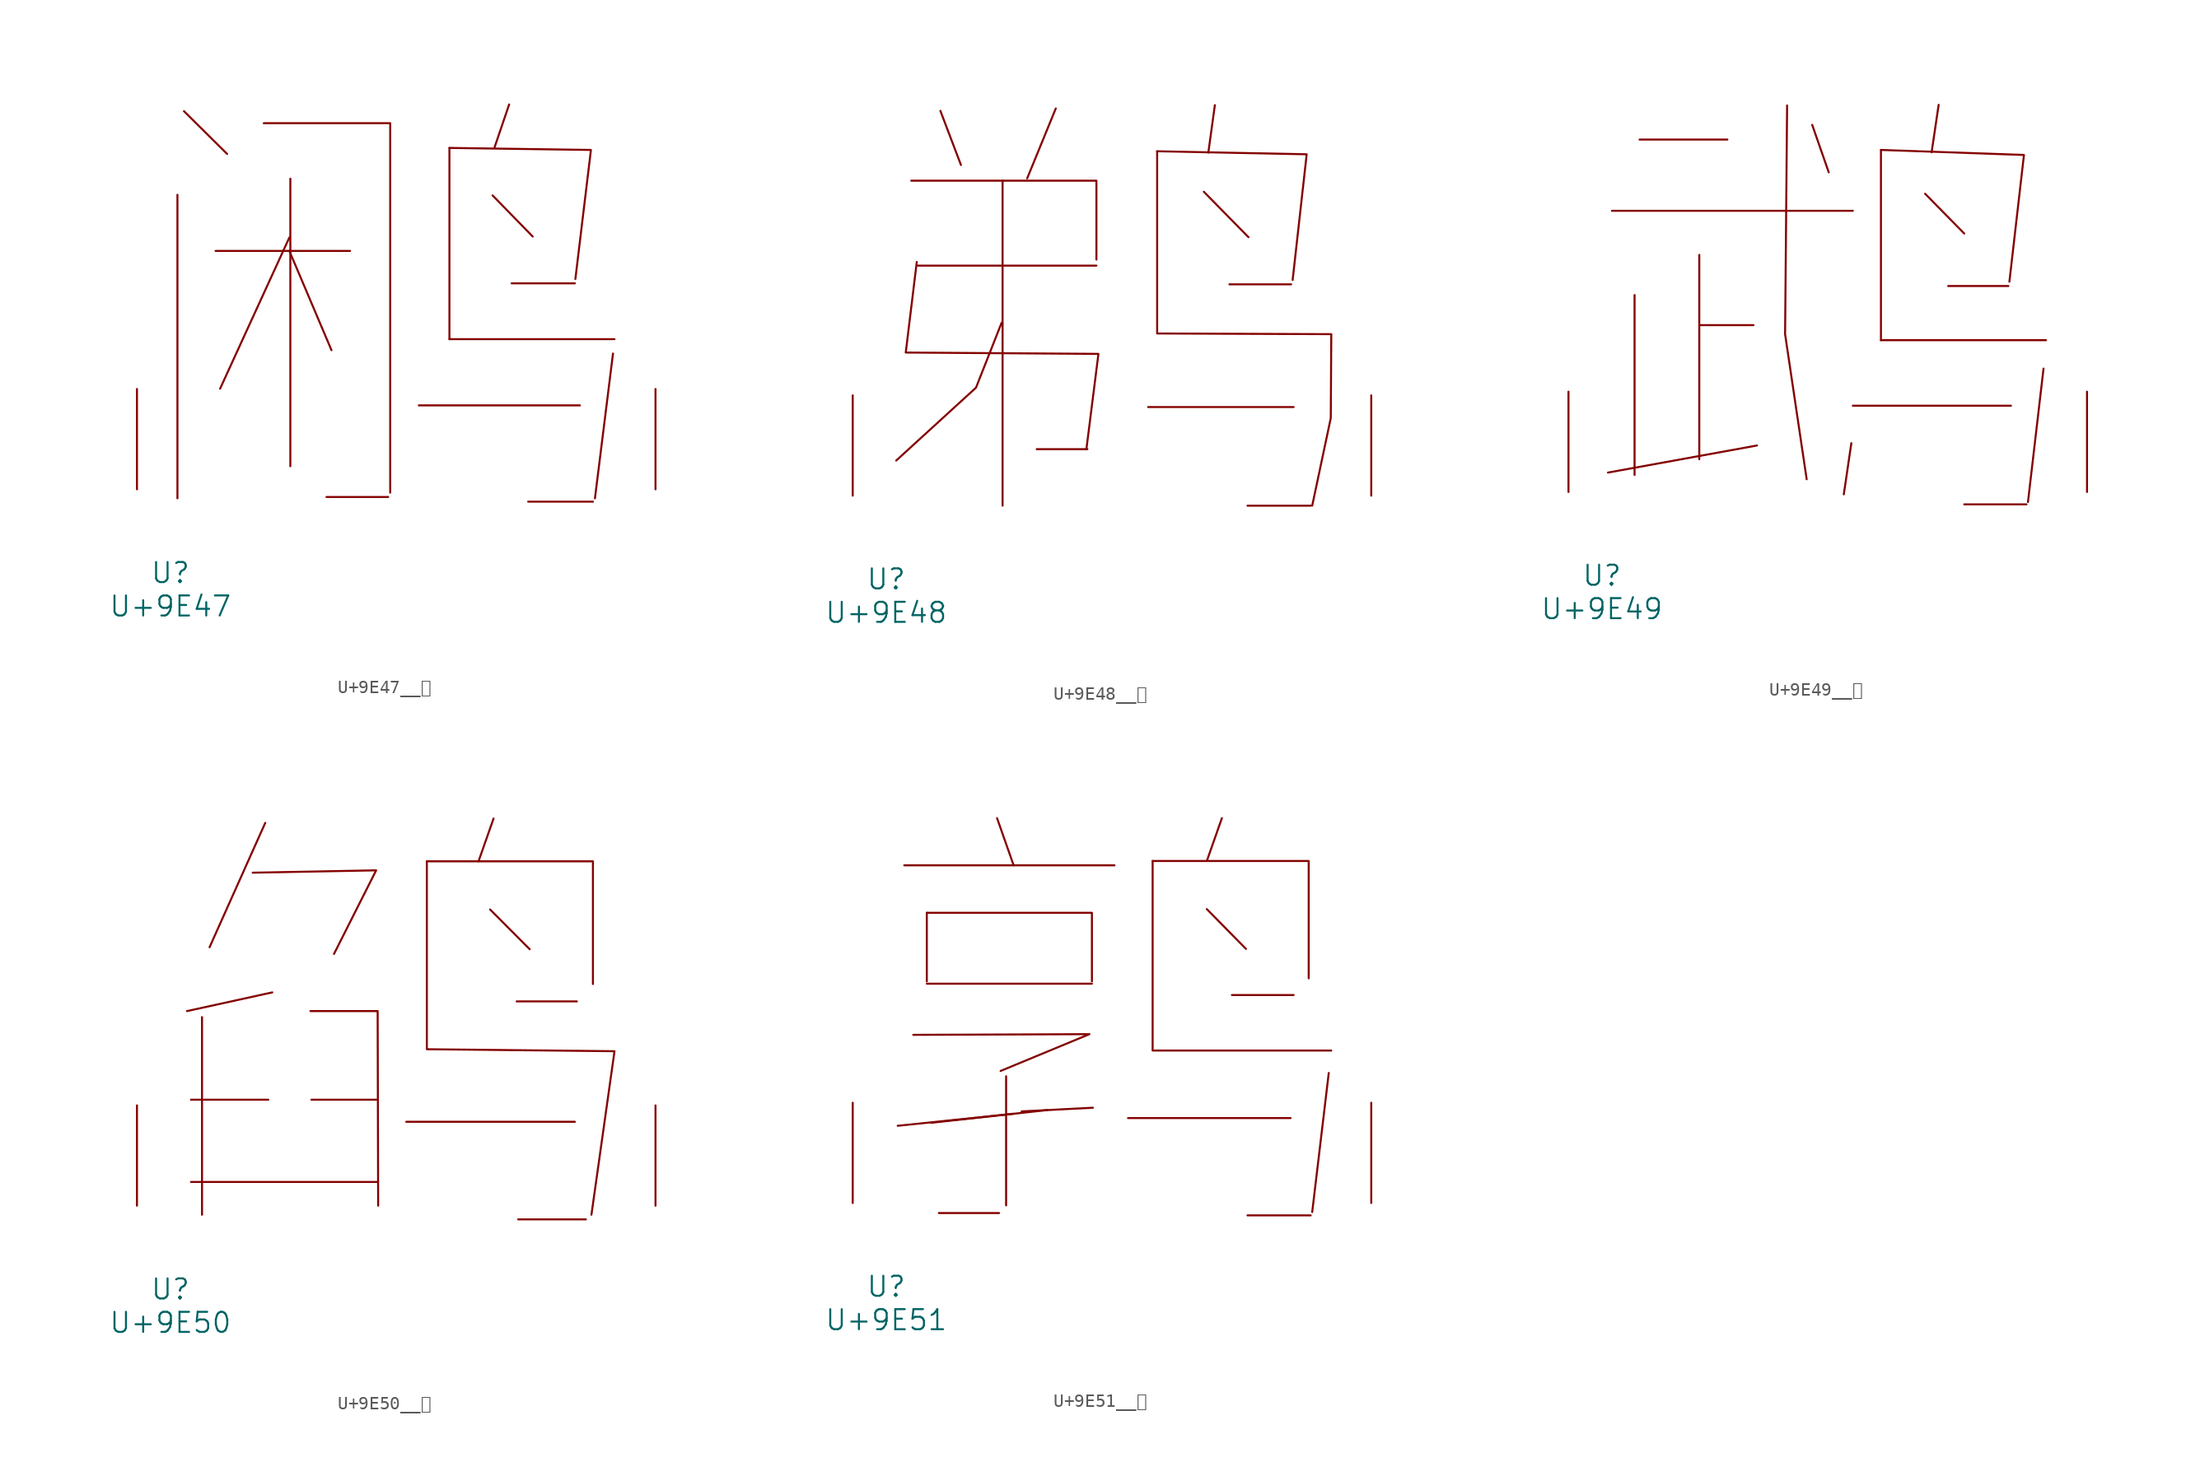
<source format=kicad_sym>
(kicad_symbol_lib
  (version 20231120)
  (generator "kicad_symbol_editor")
  (generator_version "8.0")
  (symbol "U+9E47__鹇"
    (pin_names
      (offset 1.016))
    (property "Reference" "U"
      (at 0 -6.35 0)
      (effects (font (size 1.524 1.524))))
    (property "Value" "U+9E47"
      (at 0 -8.89 0)
      (effects (font (size 1.524 1.524))))
    (symbol "U+9E47__鹇_0_1"
      (polyline (pts (xy 0.533 22.377) (xy 0.533 -0.686)) (stroke (width 0) (type solid)) (fill (type none)))
      (polyline (pts (xy 1.029 28.727) (xy 4.305 25.476)) (stroke (width 0) (type solid)) (fill (type none)))
      (polyline (pts (xy 3.429 18.11) (xy 13.64 18.11)) (stroke (width 0) (type solid)) (fill (type none)))
      (polyline (pts (xy 9.03 18.11) (xy 12.23 10.566)) (stroke (width 0) (type solid)) (fill (type none)))
      (polyline (pts (xy 9.03 19.126) (xy 3.772 7.645)) (stroke (width 0) (type solid)) (fill (type none)))
      (polyline (pts (xy 9.106 23.597) (xy 9.106 1.753)) (stroke (width 0) (type solid)) (fill (type none)))
      (polyline (pts (xy 11.849 -0.584) (xy 16.535 -0.584)) (stroke (width 0) (type solid)) (fill (type none)))
      (polyline (pts (xy 18.86 6.375) (xy 31.09 6.375)) (stroke (width 0) (type solid)) (fill (type none)))
      (polyline (pts (xy 21.184 11.405) (xy 33.718 11.405)) (stroke (width 0) (type solid)) (fill (type none)))
      (polyline (pts (xy 21.184 25.933) (xy 21.184 11.405)) (stroke (width 0) (type solid)) (fill (type none)))
      (polyline (pts (xy 24.46 22.327) (xy 27.508 19.202)) (stroke (width 0) (type solid)) (fill (type none)))
      (polyline (pts (xy 25.718 29.235) (xy 24.613 25.984)) (stroke (width 0) (type solid)) (fill (type none)))
      (polyline (pts (xy 25.908 15.646) (xy 30.709 15.646)) (stroke (width 0) (type solid)) (fill (type none)))
      (polyline (pts (xy 27.165 -0.94) (xy 32.08 -0.94)) (stroke (width 0) (type solid)) (fill (type none)))
      (polyline (pts (xy 33.604 10.312) (xy 32.233 -0.686)) (stroke (width 0) (type solid)) (fill (type none)))
      (polyline (pts (xy 7.087 27.813) (xy 16.688 27.813) (xy 16.688 -0.254)) (stroke (width 0) (type solid)) (fill (type none)))
      (polyline (pts (xy 21.184 25.933) (xy 31.928 25.781) (xy 30.747 15.977)) (stroke (width 0) (type solid)) (fill (type none)))
      (pin input line (at -2.54 0 90) (length 7.62) (name "~" (effects (font (size 1.27 1.27)))) (number "~" (effects (font (size 1.27 1.27)))))
      (pin input line (at 36.83 0 90) (length 7.62) (name "~" (effects (font (size 1.27 1.27)))) (number "~" (effects (font (size 1.27 1.27)))))))
  (symbol "U+9E48__鹈"
    (pin_names
      (offset 1.016))
    (property "Reference" "U"
      (at 0 -6.35 0)
      (effects (font (size 1.524 1.524))))
    (property "Value" "U+9E48"
      (at 0 -8.89 0)
      (effects (font (size 1.524 1.524))))
    (symbol "U+9E48__鹈_0_1"
      (polyline (pts (xy 2.4 17.475) (xy 15.964 17.475)) (stroke (width 0) (type solid)) (fill (type none)))
      (polyline (pts (xy 4.115 29.235) (xy 5.677 25.121)) (stroke (width 0) (type solid)) (fill (type none)))
      (polyline (pts (xy 8.839 23.927) (xy 8.839 -0.762)) (stroke (width 0) (type solid)) (fill (type none)))
      (polyline (pts (xy 11.43 3.531) (xy 15.278 3.531)) (stroke (width 0) (type solid)) (fill (type none)))
      (polyline (pts (xy 12.878 29.413) (xy 10.706 24.105)) (stroke (width 0) (type solid)) (fill (type none)))
      (polyline (pts (xy 19.888 6.731) (xy 30.937 6.731)) (stroke (width 0) (type solid)) (fill (type none)))
      (polyline (pts (xy 24.117 23.089) (xy 27.508 19.634)) (stroke (width 0) (type solid)) (fill (type none)))
      (polyline (pts (xy 24.956 29.667) (xy 24.46 26.06)) (stroke (width 0) (type solid)) (fill (type none)))
      (polyline (pts (xy 26.06 16.053) (xy 30.747 16.053)) (stroke (width 0) (type solid)) (fill (type none)))
      (polyline (pts (xy 27.432 -0.762) (xy 32.233 -0.762)) (stroke (width 0) (type solid)) (fill (type none)))
      (polyline (pts (xy 1.905 23.927) (xy 15.964 23.927) (xy 15.964 17.932)) (stroke (width 0) (type solid)) (fill (type none)))
      (polyline (pts (xy 8.763 13.132) (xy 6.82 8.204) (xy 0.762 2.667)) (stroke (width 0) (type solid)) (fill (type none)))
      (polyline (pts (xy 20.574 26.162) (xy 31.928 25.933) (xy 30.861 16.383)) (stroke (width 0) (type solid)) (fill (type none)))
      (polyline (pts (xy 2.324 17.755) (xy 1.486 10.871) (xy 16.116 10.77) (xy 15.202 3.531)) (stroke (width 0) (type solid)) (fill (type none)))
      (polyline (pts (xy 20.574 26.162) (xy 20.574 12.319) (xy 33.795 12.268) (xy 33.757 5.893) (xy 32.347 -0.762)) (stroke (width 0) (type solid)) (fill (type none)))
      (pin input line (at -2.54 0 90) (length 7.62) (name "~" (effects (font (size 1.27 1.27)))) (number "~" (effects (font (size 1.27 1.27)))))
      (pin input line (at 36.83 0 90) (length 7.62) (name "~" (effects (font (size 1.27 1.27)))) (number "~" (effects (font (size 1.27 1.27)))))))
  (symbol "U+9E49__鹉"
    (pin_names
      (offset 1.016))
    (property "Reference" "U"
      (at 0 -6.35 0)
      (effects (font (size 1.524 1.524))))
    (property "Value" "U+9E49"
      (at 0 -8.89 0)
      (effects (font (size 1.524 1.524))))
    (symbol "U+9E49__鹉_0_1"
      (polyline (pts (xy 0.762 21.361) (xy 19.05 21.361)) (stroke (width 0) (type solid)) (fill (type none)))
      (polyline (pts (xy 2.477 14.961) (xy 2.477 1.295)) (stroke (width 0) (type solid)) (fill (type none)))
      (polyline (pts (xy 2.857 26.772) (xy 9.525 26.772)) (stroke (width 0) (type solid)) (fill (type none)))
      (polyline (pts (xy 7.391 12.675) (xy 11.506 12.675)) (stroke (width 0) (type solid)) (fill (type none)))
      (polyline (pts (xy 7.391 18.009) (xy 7.391 2.489)) (stroke (width 0) (type solid)) (fill (type none)))
      (polyline (pts (xy 11.773 3.531) (xy 0.457 1.473)) (stroke (width 0) (type solid)) (fill (type none)))
      (polyline (pts (xy 15.964 27.889) (xy 17.221 24.282)) (stroke (width 0) (type solid)) (fill (type none)))
      (polyline (pts (xy 18.936 3.708) (xy 18.364 -0.178)) (stroke (width 0) (type solid)) (fill (type none)))
      (polyline (pts (xy 19.05 6.553) (xy 31.052 6.553)) (stroke (width 0) (type solid)) (fill (type none)))
      (polyline (pts (xy 21.184 11.532) (xy 33.718 11.532)) (stroke (width 0) (type solid)) (fill (type none)))
      (polyline (pts (xy 21.184 25.984) (xy 21.184 11.532)) (stroke (width 0) (type solid)) (fill (type none)))
      (polyline (pts (xy 24.536 22.657) (xy 27.508 19.634)) (stroke (width 0) (type solid)) (fill (type none)))
      (polyline (pts (xy 25.565 29.413) (xy 25.032 25.806)) (stroke (width 0) (type solid)) (fill (type none)))
      (polyline (pts (xy 26.289 15.646) (xy 30.861 15.646)) (stroke (width 0) (type solid)) (fill (type none)))
      (polyline (pts (xy 27.508 -0.94) (xy 32.233 -0.94)) (stroke (width 0) (type solid)) (fill (type none)))
      (polyline (pts (xy 33.528 9.373) (xy 32.347 -0.762)) (stroke (width 0) (type solid)) (fill (type none)))
      (polyline (pts (xy 14.059 29.362) (xy 13.906 11.989) (xy 15.545 0.965)) (stroke (width 0) (type solid)) (fill (type none)))
      (polyline (pts (xy 21.184 25.984) (xy 32.042 25.603) (xy 30.937 15.977)) (stroke (width 0) (type solid)) (fill (type none)))
      (pin input line (at -2.54 0 90) (length 7.62) (name "~" (effects (font (size 1.27 1.27)))) (number "~" (effects (font (size 1.27 1.27)))))
      (pin input line (at 36.83 0 90) (length 7.62) (name "~" (effects (font (size 1.27 1.27)))) (number "~" (effects (font (size 1.27 1.27)))))))
  (symbol "U+9E50__鹐"
    (pin_names
      (offset 1.016))
    (property "Reference" "U"
      (at 0 -6.35 0)
      (effects (font (size 1.524 1.524))))
    (property "Value" "U+9E50"
      (at 0 -8.89 0)
      (effects (font (size 1.524 1.524))))
    (symbol "U+9E50__鹐_0_1"
      (polyline (pts (xy 1.562 1.803) (xy 15.697 1.803)) (stroke (width 0) (type solid)) (fill (type none)))
      (polyline (pts (xy 1.562 8.052) (xy 7.429 8.052)) (stroke (width 0) (type solid)) (fill (type none)))
      (polyline (pts (xy 2.4 14.326) (xy 2.4 -0.686)) (stroke (width 0) (type solid)) (fill (type none)))
      (polyline (pts (xy 7.201 29.083) (xy 2.972 19.634)) (stroke (width 0) (type solid)) (fill (type none)))
      (polyline (pts (xy 7.734 16.205) (xy 1.257 14.783)) (stroke (width 0) (type solid)) (fill (type none)))
      (polyline (pts (xy 10.706 8.052) (xy 15.697 8.052)) (stroke (width 0) (type solid)) (fill (type none)))
      (polyline (pts (xy 17.907 6.375) (xy 30.709 6.375)) (stroke (width 0) (type solid)) (fill (type none)))
      (polyline (pts (xy 24.27 22.504) (xy 27.28 19.482)) (stroke (width 0) (type solid)) (fill (type none)))
      (polyline (pts (xy 24.536 29.413) (xy 23.393 26.162)) (stroke (width 0) (type solid)) (fill (type none)))
      (polyline (pts (xy 26.289 15.519) (xy 30.861 15.519)) (stroke (width 0) (type solid)) (fill (type none)))
      (polyline (pts (xy 26.403 -1.041) (xy 31.547 -1.041)) (stroke (width 0) (type solid)) (fill (type none)))
      (polyline (pts (xy 6.248 25.298) (xy 15.621 25.476) (xy 12.421 19.126)) (stroke (width 0) (type solid)) (fill (type none)))
      (polyline (pts (xy 10.63 14.783) (xy 15.735 14.783) (xy 15.773 0)) (stroke (width 0) (type solid)) (fill (type none)))
      (polyline (pts (xy 19.469 26.162) (xy 32.08 26.162) (xy 32.08 16.84)) (stroke (width 0) (type solid)) (fill (type none)))
      (polyline (pts (xy 19.469 26.162) (xy 19.469 11.887) (xy 33.718 11.735) (xy 31.966 -0.686)) (stroke (width 0) (type solid)) (fill (type none)))
      (pin input line (at -2.54 0 90) (length 7.62) (name "~" (effects (font (size 1.27 1.27)))) (number "~" (effects (font (size 1.27 1.27)))))
      (pin input line (at 36.83 0 90) (length 7.62) (name "~" (effects (font (size 1.27 1.27)))) (number "~" (effects (font (size 1.27 1.27)))))))
  (symbol "U+9E51__鹑"
    (pin_names
      (offset 1.016))
    (property "Reference" "U"
      (at 0 -6.35 0)
      (effects (font (size 1.524 1.524))))
    (property "Value" "U+9E51"
      (at 0 -8.89 0)
      (effects (font (size 1.524 1.524))))
    (symbol "U+9E51__鹑_0_1"
      (polyline (pts (xy 1.372 25.654) (xy 17.335 25.654)) (stroke (width 0) (type solid)) (fill (type none)))
      (polyline (pts (xy 3.086 16.662) (xy 15.621 16.662)) (stroke (width 0) (type solid)) (fill (type none)))
      (polyline (pts (xy 3.086 22.047) (xy 3.086 16.84)) (stroke (width 0) (type solid)) (fill (type none)))
      (polyline (pts (xy 4 -0.762) (xy 8.572 -0.762)) (stroke (width 0) (type solid)) (fill (type none)))
      (polyline (pts (xy 8.42 29.235) (xy 9.677 25.654)) (stroke (width 0) (type solid)) (fill (type none)))
      (polyline (pts (xy 9.106 9.627) (xy 9.106 -0.178)) (stroke (width 0) (type solid)) (fill (type none)))
      (polyline (pts (xy 9.677 6.782) (xy 0.876 5.867)) (stroke (width 0) (type solid)) (fill (type none)))
      (polyline (pts (xy 12.23 7.061) (xy 3.429 6.096)) (stroke (width 0) (type solid)) (fill (type none)))
      (polyline (pts (xy 15.697 7.239) (xy 10.287 6.96)) (stroke (width 0) (type solid)) (fill (type none)))
      (polyline (pts (xy 18.364 6.452) (xy 30.709 6.452)) (stroke (width 0) (type solid)) (fill (type none)))
      (polyline (pts (xy 20.231 11.582) (xy 33.795 11.582)) (stroke (width 0) (type solid)) (fill (type none)))
      (polyline (pts (xy 20.231 25.984) (xy 20.231 11.659)) (stroke (width 0) (type solid)) (fill (type none)))
      (polyline (pts (xy 24.346 22.327) (xy 27.318 19.304)) (stroke (width 0) (type solid)) (fill (type none)))
      (polyline (pts (xy 25.489 29.235) (xy 24.346 25.984)) (stroke (width 0) (type solid)) (fill (type none)))
      (polyline (pts (xy 26.251 15.799) (xy 30.937 15.799)) (stroke (width 0) (type solid)) (fill (type none)))
      (polyline (pts (xy 27.432 -0.94) (xy 32.233 -0.94)) (stroke (width 0) (type solid)) (fill (type none)))
      (polyline (pts (xy 33.604 9.881) (xy 32.347 -0.686)) (stroke (width 0) (type solid)) (fill (type none)))
      (polyline (pts (xy 2.057 12.776) (xy 15.431 12.827) (xy 8.687 10.033)) (stroke (width 0) (type solid)) (fill (type none)))
      (polyline (pts (xy 3.086 22.047) (xy 15.621 22.047) (xy 15.621 16.84)) (stroke (width 0) (type solid)) (fill (type none)))
      (polyline (pts (xy 20.231 25.984) (xy 32.08 25.984) (xy 32.08 17.069)) (stroke (width 0) (type solid)) (fill (type none)))
      (pin input line (at -2.54 0 90) (length 7.62) (name "~" (effects (font (size 1.27 1.27)))) (number "~" (effects (font (size 1.27 1.27)))))
      (pin input line (at 36.83 0 90) (length 7.62) (name "~" (effects (font (size 1.27 1.27)))) (number "~" (effects (font (size 1.27 1.27))))))))
</source>
